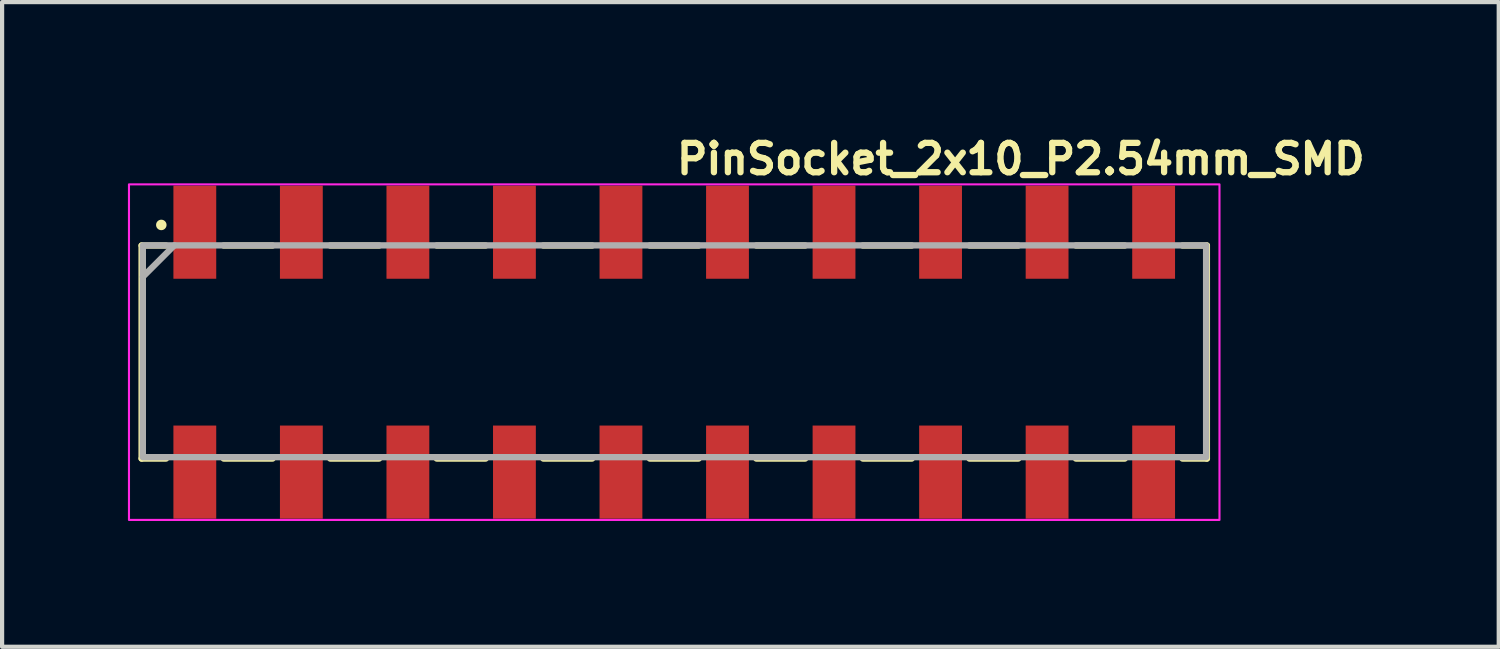
<source format=kicad_pcb>
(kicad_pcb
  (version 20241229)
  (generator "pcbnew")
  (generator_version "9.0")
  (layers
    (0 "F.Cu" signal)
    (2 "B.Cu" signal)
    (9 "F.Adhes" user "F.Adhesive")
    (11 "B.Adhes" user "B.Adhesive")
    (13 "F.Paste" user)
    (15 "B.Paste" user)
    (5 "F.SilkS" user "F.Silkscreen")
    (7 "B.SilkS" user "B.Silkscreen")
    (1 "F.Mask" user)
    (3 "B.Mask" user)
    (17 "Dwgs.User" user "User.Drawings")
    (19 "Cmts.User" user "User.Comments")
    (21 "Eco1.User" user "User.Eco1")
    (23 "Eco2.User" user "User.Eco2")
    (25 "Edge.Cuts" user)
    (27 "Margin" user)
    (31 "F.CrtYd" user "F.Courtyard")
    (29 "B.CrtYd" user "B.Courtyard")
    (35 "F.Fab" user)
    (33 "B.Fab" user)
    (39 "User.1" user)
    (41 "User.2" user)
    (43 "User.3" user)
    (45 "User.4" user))
  (footprint "PinSocket_2x10_P2.54mm_SMD"
    (layer "F.Cu")
    (at 13.025 5.346)
    (property "Reference" "PinSocket_2x10_P2.54mm_SMD" (at -0.019 -4.196 0) (unlocked yes) (layer "F.SilkS") (effects (font (size 0.7 0.7) (thickness 0.15)) (justify left bottom)))
    (attr smd)
    (fp_line (start -12.699 -2.542) (end -12.699 2.537) (stroke (width 0.15) (type solid)) (layer "F.SilkS"))
    (fp_line (start -12.116 -2.542) (end -12.699 -2.542) (stroke (width 0.15) (type solid)) (layer "F.SilkS"))
    (fp_line (start -12.116 2.537) (end -12.699 2.537) (stroke (width 0.15) (type solid)) (layer "F.SilkS"))
    (fp_line (start -9.576 -2.542) (end -10.742 -2.542) (stroke (width 0.15) (type solid)) (layer "F.SilkS"))
    (fp_line (start -9.576 2.537) (end -10.742 2.537) (stroke (width 0.15) (type solid)) (layer "F.SilkS"))
    (fp_line (start -7.036 -2.542) (end -8.202 -2.542) (stroke (width 0.15) (type solid)) (layer "F.SilkS"))
    (fp_line (start -7.036 2.537) (end -8.202 2.537) (stroke (width 0.15) (type solid)) (layer "F.SilkS"))
    (fp_line (start -4.496 -2.542) (end -5.662 -2.542) (stroke (width 0.15) (type solid)) (layer "F.SilkS"))
    (fp_line (start -4.496 2.537) (end -5.662 2.537) (stroke (width 0.15) (type solid)) (layer "F.SilkS"))
    (fp_line (start -1.956 -2.542) (end -3.122 -2.542) (stroke (width 0.15) (type solid)) (layer "F.SilkS"))
    (fp_line (start -1.956 2.537) (end -3.122 2.537) (stroke (width 0.15) (type solid)) (layer "F.SilkS"))
    (fp_line (start 0.583 -2.542) (end -0.582 -2.542) (stroke (width 0.15) (type solid)) (layer "F.SilkS"))
    (fp_line (start 0.583 2.537) (end -0.582 2.537) (stroke (width 0.15) (type solid)) (layer "F.SilkS"))
    (fp_line (start 3.123 -2.542) (end 1.957 -2.542) (stroke (width 0.15) (type solid)) (layer "F.SilkS"))
    (fp_line (start 3.123 2.537) (end 1.957 2.537) (stroke (width 0.15) (type solid)) (layer "F.SilkS"))
    (fp_line (start 5.663 -2.542) (end 4.497 -2.542) (stroke (width 0.15) (type solid)) (layer "F.SilkS"))
    (fp_line (start 5.663 2.537) (end 4.497 2.537) (stroke (width 0.15) (type solid)) (layer "F.SilkS"))
    (fp_line (start 8.203 -2.542) (end 7.037 -2.542) (stroke (width 0.15) (type solid)) (layer "F.SilkS"))
    (fp_line (start 8.203 2.537) (end 7.037 2.537) (stroke (width 0.15) (type solid)) (layer "F.SilkS"))
    (fp_line (start 10.743 -2.542) (end 9.577 -2.542) (stroke (width 0.15) (type solid)) (layer "F.SilkS"))
    (fp_line (start 10.743 2.537) (end 9.577 2.537) (stroke (width 0.15) (type solid)) (layer "F.SilkS"))
    (fp_line (start 12.7 -2.542) (end 12.117 -2.542) (stroke (width 0.15) (type solid)) (layer "F.SilkS"))
    (fp_line (start 12.7 -2.542) (end 12.7 2.537) (stroke (width 0.15) (type solid)) (layer "F.SilkS"))
    (fp_line (start 12.7 2.537) (end 12.117 2.537) (stroke (width 0.15) (type solid)) (layer "F.SilkS"))
    (fp_circle (center -12.229 -3.033) (end -12.279 -3.033) (stroke (width 0.15) (type solid)) (fill yes) (layer "F.SilkS"))
    (fp_rect (start 13 4) (end -13 -4) (stroke (width 0.05) (type solid)) (fill no) (layer "F.CrtYd"))
    (fp_line (start -11.919 -2.546) (end -12.669 -1.796) (stroke (width 0.15) (type solid)) (layer "F.Fab"))
    (fp_rect (start -12.669 -2.546) (end 12.681 2.504) (stroke (width 0.15) (type solid)) (fill no) (layer "F.Fab"))
    (fp_rect (start 12.7 3.525) (end -12.7 -3.525) (stroke (width 0.1) (type solid)) (fill no) (layer "User.5"))
    (fp_line (start -12.702 -2.532) (end -12.702 2.548) (stroke (width 0.02) (type solid)) (layer "User.9"))
    (fp_line (start -12.702 2.548) (end 12.696 2.548) (stroke (width 0.02) (type solid)) (layer "User.9"))
    (fp_line (start -11.877 -1.706) (end -11.877 -0.817) (stroke (width 0.02) (type solid)) (layer "User.9"))
    (fp_line (start -11.877 -0.817) (end -10.988 -0.817) (stroke (width 0.02) (type solid)) (layer "User.9"))
    (fp_line (start -11.877 0.833) (end -11.877 1.722) (stroke (width 0.02) (type solid)) (layer "User.9"))
    (fp_line (start -11.877 1.722) (end -10.988 1.722) (stroke (width 0.02) (type solid)) (layer "User.9"))
    (fp_line (start -11.686 -3.509) (end -11.179 -3.509) (stroke (width 0.02) (type solid)) (layer "User.9"))
    (fp_line (start -11.686 -2.532) (end -11.686 -3.509) (stroke (width 0.02) (type solid)) (layer "User.9"))
    (fp_line (start -11.686 -1.706) (end -10.988 -1.706) (stroke (width 0.02) (type solid)) (layer "User.9"))
    (fp_line (start -11.686 1.722) (end -10.988 1.722) (stroke (width 0.02) (type solid)) (layer "User.9"))
    (fp_line (start -11.686 3.525) (end -11.686 2.548) (stroke (width 0.02) (type solid)) (layer "User.9"))
    (fp_line (start -11.686 3.525) (end -11.179 3.525) (stroke (width 0.02) (type solid)) (layer "User.9"))
    (fp_line (start -11.179 -3.509) (end -11.179 -2.532) (stroke (width 0.02) (type solid)) (layer "User.9"))
    (fp_line (start -11.179 2.548) (end -11.179 3.525) (stroke (width 0.02) (type solid)) (layer "User.9"))
    (fp_line (start -10.988 -1.706) (end -11.877 -1.706) (stroke (width 0.02) (type solid)) (layer "User.9"))
    (fp_line (start -10.988 -0.817) (end -10.988 -1.706) (stroke (width 0.02) (type solid)) (layer "User.9"))
    (fp_line (start -10.988 0.833) (end -11.877 0.833) (stroke (width 0.02) (type solid)) (layer "User.9"))
    (fp_line (start -10.988 1.722) (end -10.988 0.833) (stroke (width 0.02) (type solid)) (layer "User.9"))
    (fp_line (start -10.353 0.77) (end -10.353 -0.754) (stroke (width 0.02) (type solid)) (layer "User.9"))
    (fp_line (start -9.972 -0.754) (end -10.353 -0.754) (stroke (width 0.02) (type solid)) (layer "User.9"))
    (fp_line (start -9.972 -0.754) (end -9.972 0.77) (stroke (width 0.02) (type solid)) (layer "User.9"))
    (fp_line (start -9.972 0.77) (end -10.353 0.77) (stroke (width 0.02) (type solid)) (layer "User.9"))
    (fp_line (start -9.337 -1.706) (end -9.337 -0.817) (stroke (width 0.02) (type solid)) (layer "User.9"))
    (fp_line (start -9.337 -1.706) (end -8.448 -1.706) (stroke (width 0.02) (type solid)) (layer "User.9"))
    (fp_line (start -9.337 -0.817) (end -8.448 -0.817) (stroke (width 0.02) (type solid)) (layer "User.9"))
    (fp_line (start -9.337 0.833) (end -9.337 1.722) (stroke (width 0.02) (type solid)) (layer "User.9"))
    (fp_line (start -9.337 1.722) (end -8.448 1.722) (stroke (width 0.02) (type solid)) (layer "User.9"))
    (fp_line (start -9.337 1.722) (end -8.448 1.722) (stroke (width 0.02) (type solid)) (layer "User.9"))
    (fp_line (start -9.147 -3.509) (end -8.638 -3.509) (stroke (width 0.02) (type solid)) (layer "User.9"))
    (fp_line (start -9.147 -2.532) (end -9.147 -3.509) (stroke (width 0.02) (type solid)) (layer "User.9"))
    (fp_line (start -9.147 3.525) (end -9.147 2.548) (stroke (width 0.02) (type solid)) (layer "User.9"))
    (fp_line (start -9.147 3.525) (end -8.638 3.525) (stroke (width 0.02) (type solid)) (layer "User.9"))
    (fp_line (start -8.638 -3.509) (end -8.638 -2.532) (stroke (width 0.02) (type solid)) (layer "User.9"))
    (fp_line (start -8.638 2.548) (end -8.638 3.525) (stroke (width 0.02) (type solid)) (layer "User.9"))
    (fp_line (start -8.448 -1.706) (end -9.337 -1.706) (stroke (width 0.02) (type solid)) (layer "User.9"))
    (fp_line (start -8.448 -0.817) (end -8.448 -1.706) (stroke (width 0.02) (type solid)) (layer "User.9"))
    (fp_line (start -8.448 0.833) (end -9.337 0.833) (stroke (width 0.02) (type solid)) (layer "User.9"))
    (fp_line (start -8.448 1.722) (end -8.448 0.833) (stroke (width 0.02) (type solid)) (layer "User.9"))
    (fp_line (start -7.813 0.77) (end -7.813 -0.754) (stroke (width 0.02) (type solid)) (layer "User.9"))
    (fp_line (start -7.432 -0.754) (end -7.813 -0.754) (stroke (width 0.02) (type solid)) (layer "User.9"))
    (fp_line (start -7.432 -0.754) (end -7.432 0.77) (stroke (width 0.02) (type solid)) (layer "User.9"))
    (fp_line (start -7.432 0.77) (end -7.813 0.77) (stroke (width 0.02) (type solid)) (layer "User.9"))
    (fp_line (start -6.797 -1.706) (end -6.797 -0.817) (stroke (width 0.02) (type solid)) (layer "User.9"))
    (fp_line (start -6.797 -1.706) (end -5.908 -1.706) (stroke (width 0.02) (type solid)) (layer "User.9"))
    (fp_line (start -6.797 -0.817) (end -5.908 -0.817) (stroke (width 0.02) (type solid)) (layer "User.9"))
    (fp_line (start -6.797 0.833) (end -6.797 1.722) (stroke (width 0.02) (type solid)) (layer "User.9"))
    (fp_line (start -6.797 1.722) (end -5.908 1.722) (stroke (width 0.02) (type solid)) (layer "User.9"))
    (fp_line (start -6.797 1.722) (end -5.908 1.722) (stroke (width 0.02) (type solid)) (layer "User.9"))
    (fp_line (start -6.607 -3.509) (end -6.099 -3.509) (stroke (width 0.02) (type solid)) (layer "User.9"))
    (fp_line (start -6.607 -2.532) (end -6.607 -3.509) (stroke (width 0.02) (type solid)) (layer "User.9"))
    (fp_line (start -6.607 3.525) (end -6.607 2.548) (stroke (width 0.02) (type solid)) (layer "User.9"))
    (fp_line (start -6.607 3.525) (end -6.099 3.525) (stroke (width 0.02) (type solid)) (layer "User.9"))
    (fp_line (start -6.099 -3.509) (end -6.099 -2.532) (stroke (width 0.02) (type solid)) (layer "User.9"))
    (fp_line (start -6.099 2.548) (end -6.099 3.525) (stroke (width 0.02) (type solid)) (layer "User.9"))
    (fp_line (start -5.908 -1.706) (end -6.797 -1.706) (stroke (width 0.02) (type solid)) (layer "User.9"))
    (fp_line (start -5.908 -0.817) (end -5.908 -1.706) (stroke (width 0.02) (type solid)) (layer "User.9"))
    (fp_line (start -5.908 0.833) (end -6.797 0.833) (stroke (width 0.02) (type solid)) (layer "User.9"))
    (fp_line (start -5.908 1.722) (end -5.908 0.833) (stroke (width 0.02) (type solid)) (layer "User.9"))
    (fp_line (start -5.273 0.77) (end -5.273 -0.754) (stroke (width 0.02) (type solid)) (layer "User.9"))
    (fp_line (start -5.019 -2.468) (end -5.019 2.484) (stroke (width 0.02) (type solid)) (layer "User.9"))
    (fp_line (start -5.019 -0.754) (end -5.273 -0.754) (stroke (width 0.02) (type solid)) (layer "User.9"))
    (fp_line (start -5.019 0.77) (end -5.273 0.77) (stroke (width 0.02) (type solid)) (layer "User.9"))
    (fp_line (start -5.019 2.484) (end 5.013 2.484) (stroke (width 0.02) (type solid)) (layer "User.9"))
    (fp_line (start -4.067 -3.509) (end -3.559 -3.509) (stroke (width 0.02) (type solid)) (layer "User.9"))
    (fp_line (start -4.067 -2.532) (end -4.067 -3.509) (stroke (width 0.02) (type solid)) (layer "User.9"))
    (fp_line (start -4.067 3.525) (end -4.067 2.548) (stroke (width 0.02) (type solid)) (layer "User.9"))
    (fp_line (start -4.067 3.525) (end -3.559 3.525) (stroke (width 0.02) (type solid)) (layer "User.9"))
    (fp_line (start -3.559 -3.509) (end -3.559 -2.532) (stroke (width 0.02) (type solid)) (layer "User.9"))
    (fp_line (start -3.559 2.548) (end -3.559 3.525) (stroke (width 0.02) (type solid)) (layer "User.9"))
    (fp_line (start -1.527 -3.509) (end -1.019 -3.509) (stroke (width 0.02) (type solid)) (layer "User.9"))
    (fp_line (start -1.527 -2.532) (end -1.527 -3.509) (stroke (width 0.02) (type solid)) (layer "User.9"))
    (fp_line (start -1.527 3.525) (end -1.527 2.548) (stroke (width 0.02) (type solid)) (layer "User.9"))
    (fp_line (start -1.527 3.525) (end -1.019 3.525) (stroke (width 0.02) (type solid)) (layer "User.9"))
    (fp_line (start -1.019 -3.509) (end -1.019 -2.532) (stroke (width 0.02) (type solid)) (layer "User.9"))
    (fp_line (start -1.019 2.548) (end -1.019 3.525) (stroke (width 0.02) (type solid)) (layer "User.9"))
    (fp_line (start 1.013 -3.509) (end 1.521 -3.509) (stroke (width 0.02) (type solid)) (layer "User.9"))
    (fp_line (start 1.013 -2.532) (end 1.013 -3.509) (stroke (width 0.02) (type solid)) (layer "User.9"))
    (fp_line (start 1.013 3.525) (end 1.013 2.548) (stroke (width 0.02) (type solid)) (layer "User.9"))
    (fp_line (start 1.013 3.525) (end 1.521 3.525) (stroke (width 0.02) (type solid)) (layer "User.9"))
    (fp_line (start 1.521 -3.509) (end 1.521 -2.532) (stroke (width 0.02) (type solid)) (layer "User.9"))
    (fp_line (start 1.521 2.548) (end 1.521 3.525) (stroke (width 0.02) (type solid)) (layer "User.9"))
    (fp_line (start 3.553 -3.509) (end 4.061 -3.509) (stroke (width 0.02) (type solid)) (layer "User.9"))
    (fp_line (start 3.553 -2.532) (end 3.553 -3.509) (stroke (width 0.02) (type solid)) (layer "User.9"))
    (fp_line (start 3.553 3.525) (end 3.553 2.548) (stroke (width 0.02) (type solid)) (layer "User.9"))
    (fp_line (start 3.553 3.525) (end 4.061 3.525) (stroke (width 0.02) (type solid)) (layer "User.9"))
    (fp_line (start 3.87 -2.468) (end -5.019 -2.468) (stroke (width 0.02) (type solid)) (layer "User.9"))
    (fp_line (start 4.061 -3.509) (end 4.061 -2.532) (stroke (width 0.02) (type solid)) (layer "User.9"))
    (fp_line (start 4.061 2.548) (end 4.061 3.525) (stroke (width 0.02) (type solid)) (layer "User.9"))
    (fp_line (start 5.013 -1.325) (end 3.87 -2.468) (stroke (width 0.02) (type solid)) (layer "User.9"))
    (fp_line (start 5.013 2.484) (end 5.013 -1.325) (stroke (width 0.02) (type solid)) (layer "User.9"))
    (fp_line (start 5.267 -0.754) (end 5.013 -0.754) (stroke (width 0.02) (type solid)) (layer "User.9"))
    (fp_line (start 5.267 -0.754) (end 5.267 0.77) (stroke (width 0.02) (type solid)) (layer "User.9"))
    (fp_line (start 5.267 0.77) (end 5.013 0.77) (stroke (width 0.02) (type solid)) (layer "User.9"))
    (fp_line (start 5.902 -1.706) (end 5.902 -0.817) (stroke (width 0.02) (type solid)) (layer "User.9"))
    (fp_line (start 5.902 -1.706) (end 6.791 -1.706) (stroke (width 0.02) (type solid)) (layer "User.9"))
    (fp_line (start 5.902 -0.817) (end 6.791 -0.817) (stroke (width 0.02) (type solid)) (layer "User.9"))
    (fp_line (start 5.902 0.833) (end 5.902 1.722) (stroke (width 0.02) (type solid)) (layer "User.9"))
    (fp_line (start 5.902 1.722) (end 6.791 1.722) (stroke (width 0.02) (type solid)) (layer "User.9"))
    (fp_line (start 5.902 1.722) (end 6.791 1.722) (stroke (width 0.02) (type solid)) (layer "User.9"))
    (fp_line (start 6.093 -3.509) (end 6.601 -3.509) (stroke (width 0.02) (type solid)) (layer "User.9"))
    (fp_line (start 6.093 -2.532) (end 6.093 -3.509) (stroke (width 0.02) (type solid)) (layer "User.9"))
    (fp_line (start 6.093 3.525) (end 6.093 2.548) (stroke (width 0.02) (type solid)) (layer "User.9"))
    (fp_line (start 6.093 3.525) (end 6.601 3.525) (stroke (width 0.02) (type solid)) (layer "User.9"))
    (fp_line (start 6.601 -3.509) (end 6.601 -2.532) (stroke (width 0.02) (type solid)) (layer "User.9"))
    (fp_line (start 6.601 2.548) (end 6.601 3.525) (stroke (width 0.02) (type solid)) (layer "User.9"))
    (fp_line (start 6.791 -1.706) (end 5.902 -1.706) (stroke (width 0.02) (type solid)) (layer "User.9"))
    (fp_line (start 6.791 -0.817) (end 6.791 -1.706) (stroke (width 0.02) (type solid)) (layer "User.9"))
    (fp_line (start 6.791 0.833) (end 5.902 0.833) (stroke (width 0.02) (type solid)) (layer "User.9"))
    (fp_line (start 6.791 1.722) (end 6.791 0.833) (stroke (width 0.02) (type solid)) (layer "User.9"))
    (fp_line (start 7.426 0.77) (end 7.426 -0.754) (stroke (width 0.02) (type solid)) (layer "User.9"))
    (fp_line (start 7.807 -0.754) (end 7.426 -0.754) (stroke (width 0.02) (type solid)) (layer "User.9"))
    (fp_line (start 7.807 -0.754) (end 7.807 0.77) (stroke (width 0.02) (type solid)) (layer "User.9"))
    (fp_line (start 7.807 0.77) (end 7.426 0.77) (stroke (width 0.02) (type solid)) (layer "User.9"))
    (fp_line (start 8.442 -1.706) (end 8.442 -0.817) (stroke (width 0.02) (type solid)) (layer "User.9"))
    (fp_line (start 8.442 -1.706) (end 9.331 -1.706) (stroke (width 0.02) (type solid)) (layer "User.9"))
    (fp_line (start 8.442 -0.817) (end 9.331 -0.817) (stroke (width 0.02) (type solid)) (layer "User.9"))
    (fp_line (start 8.442 0.833) (end 8.442 1.722) (stroke (width 0.02) (type solid)) (layer "User.9"))
    (fp_line (start 8.442 1.722) (end 9.331 1.722) (stroke (width 0.02) (type solid)) (layer "User.9"))
    (fp_line (start 8.442 1.722) (end 9.331 1.722) (stroke (width 0.02) (type solid)) (layer "User.9"))
    (fp_line (start 8.632 -3.509) (end 9.141 -3.509) (stroke (width 0.02) (type solid)) (layer "User.9"))
    (fp_line (start 8.632 -2.532) (end 8.632 -3.509) (stroke (width 0.02) (type solid)) (layer "User.9"))
    (fp_line (start 8.632 3.525) (end 8.632 2.548) (stroke (width 0.02) (type solid)) (layer "User.9"))
    (fp_line (start 8.632 3.525) (end 9.141 3.525) (stroke (width 0.02) (type solid)) (layer "User.9"))
    (fp_line (start 9.141 -3.509) (end 9.141 -2.532) (stroke (width 0.02) (type solid)) (layer "User.9"))
    (fp_line (start 9.141 2.548) (end 9.141 3.525) (stroke (width 0.02) (type solid)) (layer "User.9"))
    (fp_line (start 9.331 -1.706) (end 8.442 -1.706) (stroke (width 0.02) (type solid)) (layer "User.9"))
    (fp_line (start 9.331 -0.817) (end 9.331 -1.706) (stroke (width 0.02) (type solid)) (layer "User.9"))
    (fp_line (start 9.331 0.833) (end 8.442 0.833) (stroke (width 0.02) (type solid)) (layer "User.9"))
    (fp_line (start 9.331 1.722) (end 9.331 0.833) (stroke (width 0.02) (type solid)) (layer "User.9"))
    (fp_line (start 9.966 0.77) (end 9.966 -0.754) (stroke (width 0.02) (type solid)) (layer "User.9"))
    (fp_line (start 10.347 -0.754) (end 9.966 -0.754) (stroke (width 0.02) (type solid)) (layer "User.9"))
    (fp_line (start 10.347 -0.754) (end 10.347 0.77) (stroke (width 0.02) (type solid)) (layer "User.9"))
    (fp_line (start 10.347 0.77) (end 9.966 0.77) (stroke (width 0.02) (type solid)) (layer "User.9"))
    (fp_line (start 10.982 -1.706) (end 10.982 -0.817) (stroke (width 0.02) (type solid)) (layer "User.9"))
    (fp_line (start 10.982 -1.706) (end 11.68 -1.706) (stroke (width 0.02) (type solid)) (layer "User.9"))
    (fp_line (start 10.982 -0.817) (end 11.871 -0.817) (stroke (width 0.02) (type solid)) (layer "User.9"))
    (fp_line (start 10.982 0.833) (end 10.982 1.722) (stroke (width 0.02) (type solid)) (layer "User.9"))
    (fp_line (start 10.982 1.722) (end 11.68 1.722) (stroke (width 0.02) (type solid)) (layer "User.9"))
    (fp_line (start 10.982 1.722) (end 11.871 1.722) (stroke (width 0.02) (type solid)) (layer "User.9"))
    (fp_line (start 11.173 -3.509) (end 11.68 -3.509) (stroke (width 0.02) (type solid)) (layer "User.9"))
    (fp_line (start 11.173 -2.532) (end 11.173 -3.509) (stroke (width 0.02) (type solid)) (layer "User.9"))
    (fp_line (start 11.173 3.525) (end 11.173 2.548) (stroke (width 0.02) (type solid)) (layer "User.9"))
    (fp_line (start 11.173 3.525) (end 11.68 3.525) (stroke (width 0.02) (type solid)) (layer "User.9"))
    (fp_line (start 11.68 -2.532) (end 11.68 -3.509) (stroke (width 0.02) (type solid)) (layer "User.9"))
    (fp_line (start 11.68 3.525) (end 11.68 2.548) (stroke (width 0.02) (type solid)) (layer "User.9"))
    (fp_line (start 11.871 -1.706) (end 10.982 -1.706) (stroke (width 0.02) (type solid)) (layer "User.9"))
    (fp_line (start 11.871 -0.817) (end 11.871 -1.706) (stroke (width 0.02) (type solid)) (layer "User.9"))
    (fp_line (start 11.871 0.833) (end 10.982 0.833) (stroke (width 0.02) (type solid)) (layer "User.9"))
    (fp_line (start 11.871 1.722) (end 11.871 0.833) (stroke (width 0.02) (type solid)) (layer "User.9"))
    (fp_line (start 12.696 -2.532) (end -12.702 -2.532) (stroke (width 0.02) (type solid)) (layer "User.9"))
    (fp_line (start 12.696 2.548) (end 12.696 -2.532) (stroke (width 0.02) (type solid)) (layer "User.9"))
    (pad "1" smd rect (at -11.43 -2.86 180) (size 1.021 2.22) (layers "F.Cu" "F.Mask" "F.Paste"))
    (pad "2" smd rect (at -11.43 2.86 180) (size 1.021 2.22) (layers "F.Cu" "F.Mask" "F.Paste"))
    (pad "3" smd rect (at -8.89 -2.86 180) (size 1.021 2.22) (layers "F.Cu" "F.Mask" "F.Paste"))
    (pad "4" smd rect (at -8.89 2.86 180) (size 1.021 2.22) (layers "F.Cu" "F.Mask" "F.Paste"))
    (pad "5" smd rect (at -6.35 -2.86 180) (size 1.021 2.22) (layers "F.Cu" "F.Mask" "F.Paste"))
    (pad "6" smd rect (at -6.35 2.86 180) (size 1.021 2.22) (layers "F.Cu" "F.Mask" "F.Paste"))
    (pad "7" smd rect (at -3.81 -2.86 180) (size 1.021 2.22) (layers "F.Cu" "F.Mask" "F.Paste"))
    (pad "8" smd rect (at -3.81 2.86 180) (size 1.021 2.22) (layers "F.Cu" "F.Mask" "F.Paste"))
    (pad "9" smd rect (at -1.27 -2.86 180) (size 1.021 2.22) (layers "F.Cu" "F.Mask" "F.Paste"))
    (pad "10" smd rect (at -1.27 2.86 180) (size 1.021 2.22) (layers "F.Cu" "F.Mask" "F.Paste"))
    (pad "11" smd rect (at 1.27 -2.86 180) (size 1.021 2.22) (layers "F.Cu" "F.Mask" "F.Paste"))
    (pad "12" smd rect (at 1.27 2.86 180) (size 1.021 2.22) (layers "F.Cu" "F.Mask" "F.Paste"))
    (pad "13" smd rect (at 3.81 -2.86 180) (size 1.021 2.22) (layers "F.Cu" "F.Mask" "F.Paste"))
    (pad "14" smd rect (at 3.81 2.86 180) (size 1.021 2.22) (layers "F.Cu" "F.Mask" "F.Paste"))
    (pad "15" smd rect (at 6.35 -2.86 180) (size 1.021 2.22) (layers "F.Cu" "F.Mask" "F.Paste"))
    (pad "16" smd rect (at 6.35 2.86 180) (size 1.021 2.22) (layers "F.Cu" "F.Mask" "F.Paste"))
    (pad "17" smd rect (at 8.89 -2.86 180) (size 1.021 2.22) (layers "F.Cu" "F.Mask" "F.Paste"))
    (pad "18" smd rect (at 8.89 2.86 180) (size 1.021 2.22) (layers "F.Cu" "F.Mask" "F.Paste"))
    (pad "19" smd rect (at 11.43 -2.86 180) (size 1.021 2.22) (layers "F.Cu" "F.Mask" "F.Paste"))
    (pad "20" smd rect (at 11.43 2.86 180) (size 1.021 2.22) (layers "F.Cu" "F.Mask" "F.Paste")))
  (gr_rect
    (start -3 -3)
    (end 32.683 12.371)
    (stroke (width 0.1) (type default))
    (fill no)
    (layer "Edge.Cuts")))
</source>
